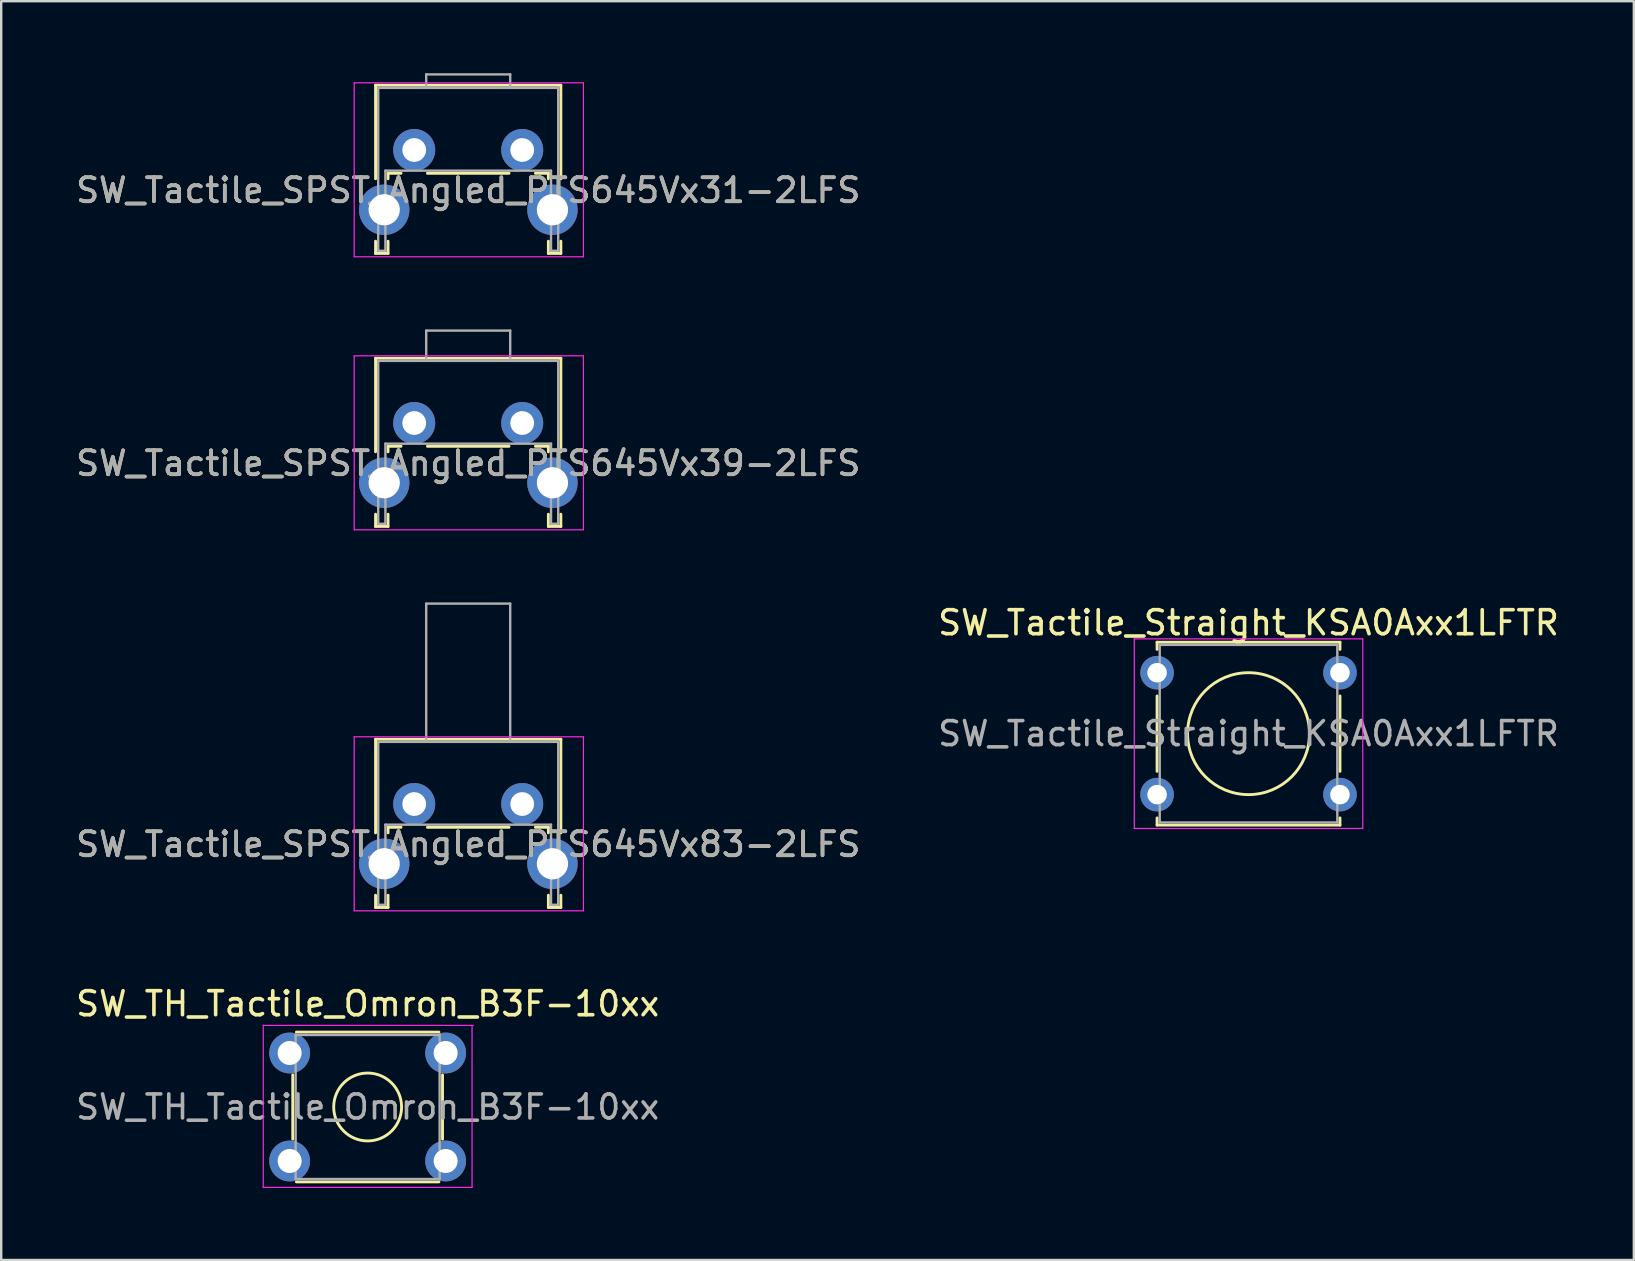
<source format=kicad_pcb>
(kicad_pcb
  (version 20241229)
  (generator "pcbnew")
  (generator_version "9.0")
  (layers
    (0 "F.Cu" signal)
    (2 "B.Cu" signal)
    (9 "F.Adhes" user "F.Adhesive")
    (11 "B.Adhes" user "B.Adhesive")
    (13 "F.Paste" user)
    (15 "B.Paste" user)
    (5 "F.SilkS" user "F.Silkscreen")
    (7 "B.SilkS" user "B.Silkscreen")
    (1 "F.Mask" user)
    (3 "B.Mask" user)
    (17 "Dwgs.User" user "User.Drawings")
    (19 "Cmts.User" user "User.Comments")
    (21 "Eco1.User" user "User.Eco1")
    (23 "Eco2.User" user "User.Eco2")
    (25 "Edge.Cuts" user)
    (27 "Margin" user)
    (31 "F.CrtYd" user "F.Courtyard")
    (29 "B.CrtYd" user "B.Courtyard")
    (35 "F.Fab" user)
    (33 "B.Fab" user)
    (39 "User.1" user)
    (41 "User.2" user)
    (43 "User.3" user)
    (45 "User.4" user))
  (footprint "SW_Tactile_Straight_KSA0Axx1LFTR"
    (layer "F.Cu")
    (at 45.16 24.978)
    (property "Reference" "SW_Tactile_Straight_KSA0Axx1LFTR" (at 3.81 -2.08 0) (layer "F.SilkS") (effects (font (size 1 1) (thickness 0.15))))
    (attr through_hole)
    (fp_line (start 0 -1.27) (end 0 -0.97) (stroke (width 0.12) (type solid)) (layer "F.SilkS"))
    (fp_line (start 0 -1.27) (end 7.62 -1.27) (stroke (width 0.12) (type solid)) (layer "F.SilkS"))
    (fp_line (start 0 0.97) (end 0 4.11) (stroke (width 0.12) (type solid)) (layer "F.SilkS"))
    (fp_line (start 0 6.05) (end 0 6.35) (stroke (width 0.12) (type solid)) (layer "F.SilkS"))
    (fp_line (start 7.62 -1.27) (end 7.62 -0.97) (stroke (width 0.12) (type solid)) (layer "F.SilkS"))
    (fp_line (start 7.62 0.97) (end 7.62 4.11) (stroke (width 0.12) (type solid)) (layer "F.SilkS"))
    (fp_line (start 7.62 6.05) (end 7.62 6.35) (stroke (width 0.12) (type solid)) (layer "F.SilkS"))
    (fp_line (start 7.62 6.35) (end 0 6.35) (stroke (width 0.12) (type solid)) (layer "F.SilkS"))
    (fp_circle (center 3.81 2.54) (end 3.81 0) (stroke (width 0.12) (type solid)) (fill no) (layer "F.SilkS"))
    (fp_line (start -0.95 -1.41) (end -0.95 6.49) (stroke (width 0.05) (type solid)) (layer "F.CrtYd"))
    (fp_line (start -0.95 -1.41) (end 8.57 -1.41) (stroke (width 0.05) (type solid)) (layer "F.CrtYd"))
    (fp_line (start 8.57 6.49) (end -0.95 6.49) (stroke (width 0.05) (type solid)) (layer "F.CrtYd"))
    (fp_line (start 8.57 6.49) (end 8.57 -1.41) (stroke (width 0.05) (type solid)) (layer "F.CrtYd"))
    (fp_line (start 0.11 -1.16) (end 7.51 -1.16) (stroke (width 0.1) (type solid)) (layer "F.Fab"))
    (fp_line (start 0.11 6.24) (end 0.11 -1.16) (stroke (width 0.1) (type solid)) (layer "F.Fab"))
    (fp_line (start 7.51 -1.16) (end 7.51 6.24) (stroke (width 0.1) (type solid)) (layer "F.Fab"))
    (fp_line (start 7.51 6.24) (end 0.11 6.24) (stroke (width 0.1) (type solid)) (layer "F.Fab"))
    (fp_text user "${REFERENCE}" (at 3.81 2.54 0) (layer "F.Fab") (effects (font (size 1 1) (thickness 0.15))))
    (pad "1" thru_hole circle (at 0 0) (size 1.397 1.397) (drill 0.813) (layers "*.Cu" "*.Mask"))
    (pad "1" thru_hole circle (at 7.62 0) (size 1.397 1.397) (drill 0.813) (layers "*.Cu" "*.Mask"))
    (pad "2" thru_hole circle (at 0 5.08) (size 1.397 1.397) (drill 0.813) (layers "*.Cu" "*.Mask"))
    (pad "2" thru_hole circle (at 7.62 5.08) (size 1.397 1.397) (drill 0.813) (layers "*.Cu" "*.Mask")))
  (footprint "SW_TH_Tactile_Omron_B3F-10xx"
    (layer "F.Cu")
    (at 9.018 40.823)
    (property "Reference" "SW_TH_Tactile_Omron_B3F-10xx" (at 3.25 -2.05 0) (layer "F.SilkS") (effects (font (size 1 1) (thickness 0.15))))
    (attr through_hole)
    (fp_line (start 0.13 3.59) (end 0.13 0.91) (stroke (width 0.12) (type solid)) (layer "F.SilkS"))
    (fp_line (start 0.28 -0.87) (end 6.22 -0.87) (stroke (width 0.12) (type solid)) (layer "F.SilkS"))
    (fp_line (start 0.28 5.37) (end 6.22 5.37) (stroke (width 0.12) (type solid)) (layer "F.SilkS"))
    (fp_line (start 6.37 0.91) (end 6.37 3.59) (stroke (width 0.12) (type solid)) (layer "F.SilkS"))
    (fp_circle (center 3.25 2.25) (end 4.25 3.25) (stroke (width 0.12) (type solid)) (fill no) (layer "F.SilkS"))
    (fp_line (start -1.1 -1.15) (end -1.1 5.6) (stroke (width 0.05) (type solid)) (layer "F.CrtYd"))
    (fp_line (start -1.1 5.6) (end 7.6 5.6) (stroke (width 0.05) (type solid)) (layer "F.CrtYd"))
    (fp_line (start 7.6 5.6) (end 7.6 -1.1) (stroke (width 0.05) (type solid)) (layer "F.CrtYd"))
    (fp_line (start 7.65 -1.15) (end -1.1 -1.15) (stroke (width 0.05) (type solid)) (layer "F.CrtYd"))
    (fp_line (start 0.25 -0.75) (end 0.25 5.25) (stroke (width 0.1) (type solid)) (layer "F.Fab"))
    (fp_line (start 0.25 -0.75) (end 6.25 -0.75) (stroke (width 0.1) (type solid)) (layer "F.Fab"))
    (fp_line (start 0.25 5.25) (end 6.25 5.25) (stroke (width 0.1) (type solid)) (layer "F.Fab"))
    (fp_line (start 6.25 -0.75) (end 6.25 5.25) (stroke (width 0.1) (type solid)) (layer "F.Fab"))
    (fp_text user "${REFERENCE}" (at 3.25 2.25 0) (layer "F.Fab") (effects (font (size 1 1) (thickness 0.15))))
    (pad "1" thru_hole circle (at 0 0) (size 1.7 1.7) (drill 1) (layers "*.Cu" "*.Mask"))
    (pad "2" thru_hole circle (at 6.5 0) (size 1.7 1.7) (drill 1) (layers "*.Cu" "*.Mask"))
    (pad "3" thru_hole circle (at 0 4.5) (size 1.7 1.7) (drill 1) (layers "*.Cu" "*.Mask"))
    (pad "4" thru_hole circle (at 6.5 4.5) (size 1.7 1.7) (drill 1) (layers "*.Cu" "*.Mask")))
  (footprint "SW_Tactile_SPST_Angled_PTS645Vx83-2LFS"
    (layer "F.Cu")
    (at 14.208 30.45)
    (property "Reference" "SW_Tactile_SPST_Angled_PTS645Vx83-2LFS" (at 2.25 1.68 0) (layer "F.SilkS") (effects (font (size 1 1) (thickness 0.15))))
    (attr through_hole)
    (fp_line (start -1.61 -2.7) (end -1.61 1.2) (stroke (width 0.12) (type solid)) (layer "F.SilkS"))
    (fp_line (start -1.61 -2.7) (end 6.11 -2.7) (stroke (width 0.12) (type solid)) (layer "F.SilkS"))
    (fp_line (start -1.61 3.8) (end -1.61 4.31) (stroke (width 0.12) (type solid)) (layer "F.SilkS"))
    (fp_line (start -1.61 4.31) (end -1.09 4.31) (stroke (width 0.12) (type solid)) (layer "F.SilkS"))
    (fp_line (start -1.09 0.97) (end -1.09 1.2) (stroke (width 0.12) (type solid)) (layer "F.SilkS"))
    (fp_line (start -1.09 0.97) (end -0.55 0.97) (stroke (width 0.12) (type solid)) (layer "F.SilkS"))
    (fp_line (start -1.09 3.8) (end -1.09 4.31) (stroke (width 0.12) (type solid)) (layer "F.SilkS"))
    (fp_line (start 0.55 0.97) (end 3.95 0.97) (stroke (width 0.12) (type solid)) (layer "F.SilkS"))
    (fp_line (start 5.05 0.97) (end 5.59 0.97) (stroke (width 0.12) (type solid)) (layer "F.SilkS"))
    (fp_line (start 5.59 0.97) (end 5.59 1.2) (stroke (width 0.12) (type solid)) (layer "F.SilkS"))
    (fp_line (start 5.59 3.8) (end 5.59 4.31) (stroke (width 0.12) (type solid)) (layer "F.SilkS"))
    (fp_line (start 5.59 4.31) (end 6.11 4.31) (stroke (width 0.12) (type solid)) (layer "F.SilkS"))
    (fp_line (start 6.11 -2.7) (end 6.11 1.2) (stroke (width 0.12) (type solid)) (layer "F.SilkS"))
    (fp_line (start 6.11 3.8) (end 6.11 4.31) (stroke (width 0.12) (type solid)) (layer "F.SilkS"))
    (fp_line (start -2.5 -2.8) (end 7.05 -2.8) (stroke (width 0.05) (type solid)) (layer "F.CrtYd"))
    (fp_line (start -2.5 4.45) (end -2.5 -2.8) (stroke (width 0.05) (type solid)) (layer "F.CrtYd"))
    (fp_line (start 7.05 -2.8) (end 7.05 4.45) (stroke (width 0.05) (type solid)) (layer "F.CrtYd"))
    (fp_line (start 7.05 4.45) (end -2.5 4.45) (stroke (width 0.05) (type solid)) (layer "F.CrtYd"))
    (fp_line (start -1.5 -2.59) (end 6 -2.59) (stroke (width 0.1) (type solid)) (layer "F.Fab"))
    (fp_line (start -1.5 4.2) (end -1.5 -2.59) (stroke (width 0.1) (type solid)) (layer "F.Fab"))
    (fp_line (start -1.5 4.2) (end -1.2 4.2) (stroke (width 0.1) (type solid)) (layer "F.Fab"))
    (fp_line (start -1.2 0.86) (end 5.7 0.86) (stroke (width 0.1) (type solid)) (layer "F.Fab"))
    (fp_line (start -1.2 4.2) (end -1.2 0.86) (stroke (width 0.1) (type solid)) (layer "F.Fab"))
    (fp_line (start 0.5 -8.35) (end 0.5 -2.59) (stroke (width 0.1) (type solid)) (layer "F.Fab"))
    (fp_line (start 0.5 -8.35) (end 4 -8.35) (stroke (width 0.1) (type solid)) (layer "F.Fab"))
    (fp_line (start 4 -8.35) (end 4 -2.59) (stroke (width 0.1) (type solid)) (layer "F.Fab"))
    (fp_line (start 5.7 4.2) (end 5.7 0.86) (stroke (width 0.1) (type solid)) (layer "F.Fab"))
    (fp_line (start 5.7 4.2) (end 6 4.2) (stroke (width 0.1) (type solid)) (layer "F.Fab"))
    (fp_line (start 6 4.2) (end 6 -2.59) (stroke (width 0.1) (type solid)) (layer "F.Fab"))
    (fp_text user "${REFERENCE}" (at 2.25 1.68 0) (layer "F.Fab") (effects (font (size 1 1) (thickness 0.15))))
    (pad "" thru_hole circle (at -1.25 2.49) (size 2.1 2.1) (drill 1.3) (layers "*.Cu" "*.Mask"))
    (pad "" thru_hole circle (at 5.76 2.49) (size 2.1 2.1) (drill 1.3) (layers "*.Cu" "*.Mask"))
    (pad "1" thru_hole circle (at 0 0) (size 1.75 1.75) (drill 0.99) (layers "*.Cu" "*.Mask"))
    (pad "2" thru_hole circle (at 4.5 0) (size 1.75 1.75) (drill 0.99) (layers "*.Cu" "*.Mask")))
  (footprint "SW_Tactile_SPST_Angled_PTS645Vx39-2LFS"
    (layer "F.Cu")
    (at 14.208 14.575)
    (property "Reference" "SW_Tactile_SPST_Angled_PTS645Vx39-2LFS" (at 2.25 1.68 0) (layer "F.SilkS") (effects (font (size 1 1) (thickness 0.15))))
    (attr through_hole)
    (fp_line (start -1.61 -2.7) (end -1.61 1.2) (stroke (width 0.12) (type solid)) (layer "F.SilkS"))
    (fp_line (start -1.61 -2.7) (end 6.11 -2.7) (stroke (width 0.12) (type solid)) (layer "F.SilkS"))
    (fp_line (start -1.61 3.8) (end -1.61 4.31) (stroke (width 0.12) (type solid)) (layer "F.SilkS"))
    (fp_line (start -1.61 4.31) (end -1.09 4.31) (stroke (width 0.12) (type solid)) (layer "F.SilkS"))
    (fp_line (start -1.09 0.97) (end -1.09 1.2) (stroke (width 0.12) (type solid)) (layer "F.SilkS"))
    (fp_line (start -1.09 0.97) (end -0.55 0.97) (stroke (width 0.12) (type solid)) (layer "F.SilkS"))
    (fp_line (start -1.09 3.8) (end -1.09 4.31) (stroke (width 0.12) (type solid)) (layer "F.SilkS"))
    (fp_line (start 0.55 0.97) (end 3.95 0.97) (stroke (width 0.12) (type solid)) (layer "F.SilkS"))
    (fp_line (start 5.05 0.97) (end 5.59 0.97) (stroke (width 0.12) (type solid)) (layer "F.SilkS"))
    (fp_line (start 5.59 0.97) (end 5.59 1.2) (stroke (width 0.12) (type solid)) (layer "F.SilkS"))
    (fp_line (start 5.59 3.8) (end 5.59 4.31) (stroke (width 0.12) (type solid)) (layer "F.SilkS"))
    (fp_line (start 5.59 4.31) (end 6.11 4.31) (stroke (width 0.12) (type solid)) (layer "F.SilkS"))
    (fp_line (start 6.11 -2.7) (end 6.11 1.2) (stroke (width 0.12) (type solid)) (layer "F.SilkS"))
    (fp_line (start 6.11 3.8) (end 6.11 4.31) (stroke (width 0.12) (type solid)) (layer "F.SilkS"))
    (fp_line (start -2.5 -2.8) (end 7.05 -2.8) (stroke (width 0.05) (type solid)) (layer "F.CrtYd"))
    (fp_line (start -2.5 4.45) (end -2.5 -2.8) (stroke (width 0.05) (type solid)) (layer "F.CrtYd"))
    (fp_line (start 7.05 -2.8) (end 7.05 4.45) (stroke (width 0.05) (type solid)) (layer "F.CrtYd"))
    (fp_line (start 7.05 4.45) (end -2.5 4.45) (stroke (width 0.05) (type solid)) (layer "F.CrtYd"))
    (fp_line (start -1.5 -2.59) (end 6 -2.59) (stroke (width 0.1) (type solid)) (layer "F.Fab"))
    (fp_line (start -1.5 4.2) (end -1.5 -2.59) (stroke (width 0.1) (type solid)) (layer "F.Fab"))
    (fp_line (start -1.5 4.2) (end -1.2 4.2) (stroke (width 0.1) (type solid)) (layer "F.Fab"))
    (fp_line (start -1.2 0.86) (end 5.7 0.86) (stroke (width 0.1) (type solid)) (layer "F.Fab"))
    (fp_line (start -1.2 4.2) (end -1.2 0.86) (stroke (width 0.1) (type solid)) (layer "F.Fab"))
    (fp_line (start 0.5 -3.85) (end 0.5 -2.59) (stroke (width 0.1) (type solid)) (layer "F.Fab"))
    (fp_line (start 0.5 -3.85) (end 4 -3.85) (stroke (width 0.1) (type solid)) (layer "F.Fab"))
    (fp_line (start 4 -3.85) (end 4 -2.59) (stroke (width 0.1) (type solid)) (layer "F.Fab"))
    (fp_line (start 5.7 4.2) (end 5.7 0.86) (stroke (width 0.1) (type solid)) (layer "F.Fab"))
    (fp_line (start 5.7 4.2) (end 6 4.2) (stroke (width 0.1) (type solid)) (layer "F.Fab"))
    (fp_line (start 6 4.2) (end 6 -2.59) (stroke (width 0.1) (type solid)) (layer "F.Fab"))
    (fp_text user "${REFERENCE}" (at 2.25 1.68 0) (layer "F.Fab") (effects (font (size 1 1) (thickness 0.15))))
    (pad "" thru_hole circle (at -1.25 2.49) (size 2.1 2.1) (drill 1.3) (layers "*.Cu" "*.Mask"))
    (pad "" thru_hole circle (at 5.76 2.49) (size 2.1 2.1) (drill 1.3) (layers "*.Cu" "*.Mask"))
    (pad "1" thru_hole circle (at 0 0) (size 1.75 1.75) (drill 0.99) (layers "*.Cu" "*.Mask"))
    (pad "2" thru_hole circle (at 4.5 0) (size 1.75 1.75) (drill 0.99) (layers "*.Cu" "*.Mask")))
  (footprint "SW_Tactile_SPST_Angled_PTS645Vx31-2LFS"
    (layer "F.Cu")
    (at 14.208 3.2)
    (property "Reference" "SW_Tactile_SPST_Angled_PTS645Vx31-2LFS" (at 2.25 1.68 0) (layer "F.SilkS") (effects (font (size 1 1) (thickness 0.15))))
    (attr through_hole)
    (fp_line (start -1.61 -2.7) (end -1.61 1.2) (stroke (width 0.12) (type solid)) (layer "F.SilkS"))
    (fp_line (start -1.61 -2.7) (end 6.11 -2.7) (stroke (width 0.12) (type solid)) (layer "F.SilkS"))
    (fp_line (start -1.61 3.8) (end -1.61 4.31) (stroke (width 0.12) (type solid)) (layer "F.SilkS"))
    (fp_line (start -1.61 4.31) (end -1.09 4.31) (stroke (width 0.12) (type solid)) (layer "F.SilkS"))
    (fp_line (start -1.09 0.97) (end -1.09 1.2) (stroke (width 0.12) (type solid)) (layer "F.SilkS"))
    (fp_line (start -1.09 0.97) (end -0.55 0.97) (stroke (width 0.12) (type solid)) (layer "F.SilkS"))
    (fp_line (start -1.09 3.8) (end -1.09 4.31) (stroke (width 0.12) (type solid)) (layer "F.SilkS"))
    (fp_line (start 0.55 0.97) (end 3.95 0.97) (stroke (width 0.12) (type solid)) (layer "F.SilkS"))
    (fp_line (start 5.05 0.97) (end 5.59 0.97) (stroke (width 0.12) (type solid)) (layer "F.SilkS"))
    (fp_line (start 5.59 0.97) (end 5.59 1.2) (stroke (width 0.12) (type solid)) (layer "F.SilkS"))
    (fp_line (start 5.59 3.8) (end 5.59 4.31) (stroke (width 0.12) (type solid)) (layer "F.SilkS"))
    (fp_line (start 5.59 4.31) (end 6.11 4.31) (stroke (width 0.12) (type solid)) (layer "F.SilkS"))
    (fp_line (start 6.11 -2.7) (end 6.11 1.2) (stroke (width 0.12) (type solid)) (layer "F.SilkS"))
    (fp_line (start 6.11 3.8) (end 6.11 4.31) (stroke (width 0.12) (type solid)) (layer "F.SilkS"))
    (fp_line (start -2.5 -2.8) (end 7.05 -2.8) (stroke (width 0.05) (type solid)) (layer "F.CrtYd"))
    (fp_line (start -2.5 4.45) (end -2.5 -2.8) (stroke (width 0.05) (type solid)) (layer "F.CrtYd"))
    (fp_line (start 7.05 -2.8) (end 7.05 4.45) (stroke (width 0.05) (type solid)) (layer "F.CrtYd"))
    (fp_line (start 7.05 4.45) (end -2.5 4.45) (stroke (width 0.05) (type solid)) (layer "F.CrtYd"))
    (fp_line (start -1.5 -2.59) (end 6 -2.59) (stroke (width 0.1) (type solid)) (layer "F.Fab"))
    (fp_line (start -1.5 4.2) (end -1.5 -2.59) (stroke (width 0.1) (type solid)) (layer "F.Fab"))
    (fp_line (start -1.5 4.2) (end -1.2 4.2) (stroke (width 0.1) (type solid)) (layer "F.Fab"))
    (fp_line (start -1.2 0.86) (end 5.7 0.86) (stroke (width 0.1) (type solid)) (layer "F.Fab"))
    (fp_line (start -1.2 4.2) (end -1.2 0.86) (stroke (width 0.1) (type solid)) (layer "F.Fab"))
    (fp_line (start 0.5 -3.15) (end 0.5 -2.59) (stroke (width 0.1) (type solid)) (layer "F.Fab"))
    (fp_line (start 0.5 -3.15) (end 4 -3.15) (stroke (width 0.1) (type solid)) (layer "F.Fab"))
    (fp_line (start 4 -3.15) (end 4 -2.59) (stroke (width 0.1) (type solid)) (layer "F.Fab"))
    (fp_line (start 5.7 4.2) (end 5.7 0.86) (stroke (width 0.1) (type solid)) (layer "F.Fab"))
    (fp_line (start 5.7 4.2) (end 6 4.2) (stroke (width 0.1) (type solid)) (layer "F.Fab"))
    (fp_line (start 6 4.2) (end 6 -2.59) (stroke (width 0.1) (type solid)) (layer "F.Fab"))
    (fp_text user "${REFERENCE}" (at 2.25 1.68 0) (layer "F.Fab") (effects (font (size 1 1) (thickness 0.15))))
    (pad "" thru_hole circle (at -1.25 2.49) (size 2.1 2.1) (drill 1.3) (layers "*.Cu" "*.Mask"))
    (pad "" thru_hole circle (at 5.76 2.49) (size 2.1 2.1) (drill 1.3) (layers "*.Cu" "*.Mask"))
    (pad "1" thru_hole circle (at 0 0) (size 1.75 1.75) (drill 0.99) (layers "*.Cu" "*.Mask"))
    (pad "2" thru_hole circle (at 4.5 0) (size 1.75 1.75) (drill 0.99) (layers "*.Cu" "*.Mask")))
  (gr_rect
    (start -3 -3)
    (end 65.024 49.448)
    (stroke (width 0.1) (type default))
    (fill no)
    (layer "Edge.Cuts")))
</source>
